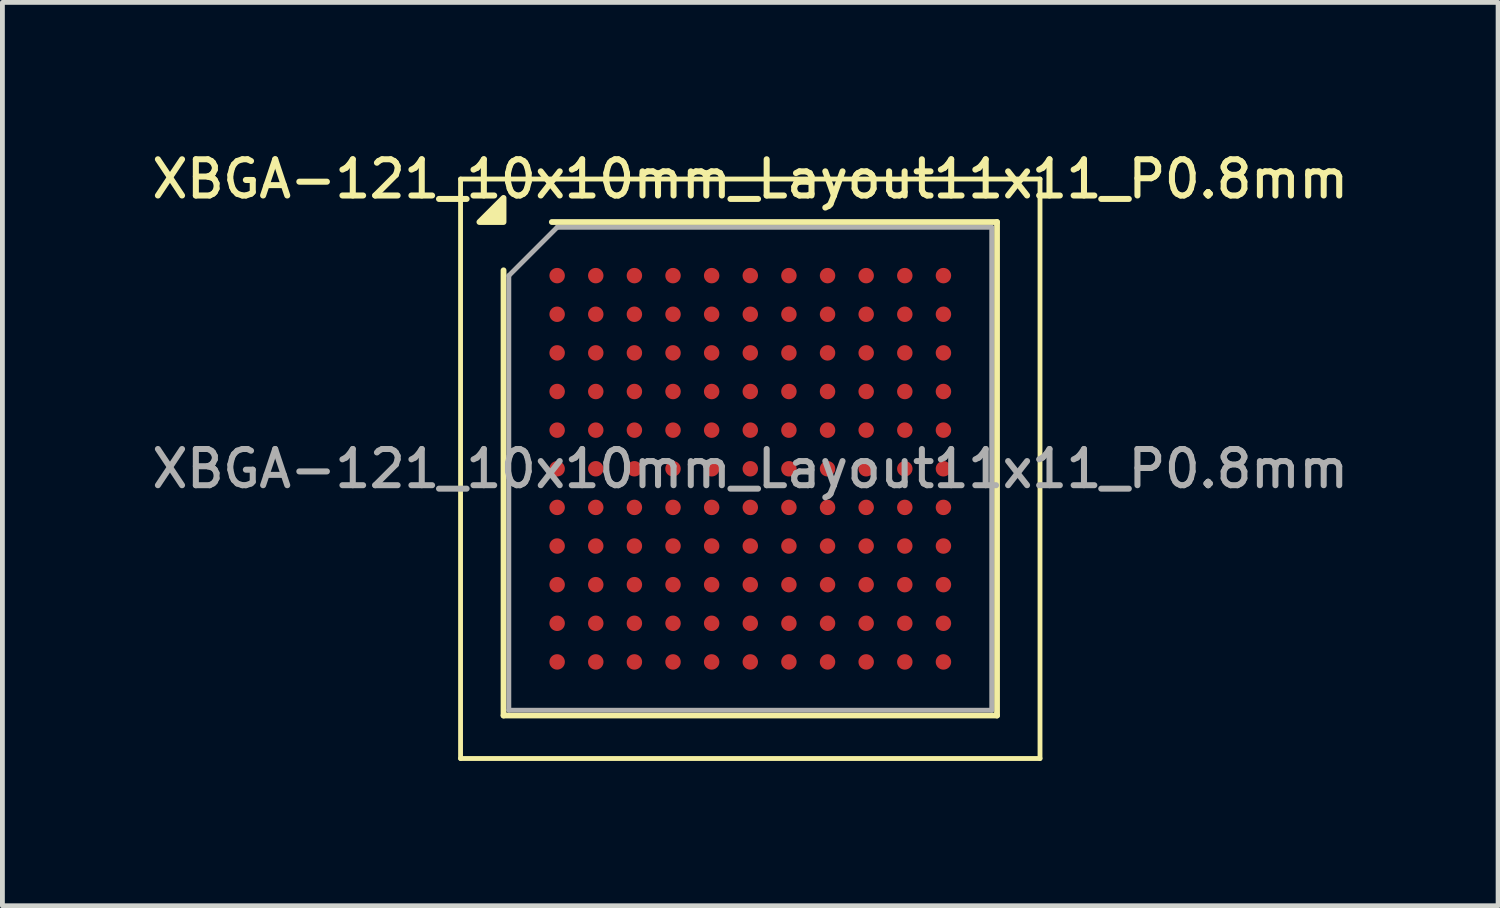
<source format=kicad_pcb>
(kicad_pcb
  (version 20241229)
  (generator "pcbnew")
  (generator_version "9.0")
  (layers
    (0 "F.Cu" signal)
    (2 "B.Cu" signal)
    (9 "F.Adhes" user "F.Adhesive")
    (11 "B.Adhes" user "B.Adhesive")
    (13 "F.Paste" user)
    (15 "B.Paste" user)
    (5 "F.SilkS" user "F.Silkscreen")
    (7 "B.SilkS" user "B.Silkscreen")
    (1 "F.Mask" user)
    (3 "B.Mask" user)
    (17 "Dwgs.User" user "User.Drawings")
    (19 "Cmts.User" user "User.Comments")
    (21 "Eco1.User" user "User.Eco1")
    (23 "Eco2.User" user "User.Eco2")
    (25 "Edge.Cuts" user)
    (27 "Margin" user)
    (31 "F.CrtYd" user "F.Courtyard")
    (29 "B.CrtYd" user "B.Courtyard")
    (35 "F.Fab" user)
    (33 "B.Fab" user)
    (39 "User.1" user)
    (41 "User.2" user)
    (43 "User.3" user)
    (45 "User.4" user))
  (footprint "XBGA-121_10x10mm_Layout11x11_P0.8mm"
    (layer "F.Cu")
    (at 12.488 6.658)
    (property "Reference" "XBGA-121_10x10mm_Layout11x11_P0.8mm" (at 0 -6 0) (layer "F.SilkS") (effects (font (size 0.75 0.75) (thickness 0.125))))
    (attr smd)
    (fp_line (start -6 -6) (end -6 6) (stroke (width 0.1) (type solid)) (layer "F.SilkS"))
    (fp_line (start -6 6) (end 6 6) (stroke (width 0.1) (type solid)) (layer "F.SilkS"))
    (fp_line (start -5.11 5.11) (end -5.11 -4.11) (stroke (width 0.12) (type solid)) (layer "F.SilkS"))
    (fp_line (start -4.11 -5.11) (end 5.11 -5.11) (stroke (width 0.12) (type solid)) (layer "F.SilkS"))
    (fp_line (start 5.11 -5.11) (end 5.11 5.11) (stroke (width 0.12) (type solid)) (layer "F.SilkS"))
    (fp_line (start 5.11 5.11) (end -5.11 5.11) (stroke (width 0.12) (type solid)) (layer "F.SilkS"))
    (fp_line (start 6 -6) (end -6 -6) (stroke (width 0.1) (type solid)) (layer "F.SilkS"))
    (fp_line (start 6 6) (end 6 -6) (stroke (width 0.1) (type solid)) (layer "F.SilkS"))
    (fp_poly (pts (xy -5.11 -5.11) (xy -5.61 -5.11) (xy -5.11 -5.61) (xy -5.11 -5.11)) (stroke (width 0.12) (type solid)) (fill yes) (layer "F.SilkS"))
    (fp_line (start -5 -4) (end -4 -5) (stroke (width 0.1) (type solid)) (layer "F.Fab"))
    (fp_line (start -5 5) (end -5 -4) (stroke (width 0.1) (type solid)) (layer "F.Fab"))
    (fp_line (start -4 -5) (end 5 -5) (stroke (width 0.1) (type solid)) (layer "F.Fab"))
    (fp_line (start 5 -5) (end 5 5) (stroke (width 0.1) (type solid)) (layer "F.Fab"))
    (fp_line (start 5 5) (end -5 5) (stroke (width 0.1) (type solid)) (layer "F.Fab"))
    (fp_text user "${REFERENCE}" (at 0 0 0) (layer "F.Fab") (effects (font (size 0.75 0.75) (thickness 0.125))))
    (pad "A1" smd circle (at -4 -4) (size 0.32 0.32) (property pad_prop_bga) (layers "F.Cu" "F.Mask" "F.Paste"))
    (pad "A2" smd circle (at -3.2 -4) (size 0.32 0.32) (property pad_prop_bga) (layers "F.Cu" "F.Mask" "F.Paste"))
    (pad "A3" smd circle (at -2.4 -4) (size 0.32 0.32) (property pad_prop_bga) (layers "F.Cu" "F.Mask" "F.Paste"))
    (pad "A4" smd circle (at -1.6 -4) (size 0.32 0.32) (property pad_prop_bga) (layers "F.Cu" "F.Mask" "F.Paste"))
    (pad "A5" smd circle (at -0.8 -4) (size 0.32 0.32) (property pad_prop_bga) (layers "F.Cu" "F.Mask" "F.Paste"))
    (pad "A6" smd circle (at 0 -4) (size 0.32 0.32) (property pad_prop_bga) (layers "F.Cu" "F.Mask" "F.Paste"))
    (pad "A7" smd circle (at 0.8 -4) (size 0.32 0.32) (property pad_prop_bga) (layers "F.Cu" "F.Mask" "F.Paste"))
    (pad "A8" smd circle (at 1.6 -4) (size 0.32 0.32) (property pad_prop_bga) (layers "F.Cu" "F.Mask" "F.Paste"))
    (pad "A9" smd circle (at 2.4 -4) (size 0.32 0.32) (property pad_prop_bga) (layers "F.Cu" "F.Mask" "F.Paste"))
    (pad "A10" smd circle (at 3.2 -4) (size 0.32 0.32) (property pad_prop_bga) (layers "F.Cu" "F.Mask" "F.Paste"))
    (pad "A11" smd circle (at 4 -4) (size 0.32 0.32) (property pad_prop_bga) (layers "F.Cu" "F.Mask" "F.Paste"))
    (pad "B1" smd circle (at -4 -3.2) (size 0.32 0.32) (property pad_prop_bga) (layers "F.Cu" "F.Mask" "F.Paste"))
    (pad "B2" smd circle (at -3.2 -3.2) (size 0.32 0.32) (property pad_prop_bga) (layers "F.Cu" "F.Mask" "F.Paste"))
    (pad "B3" smd circle (at -2.4 -3.2) (size 0.32 0.32) (property pad_prop_bga) (layers "F.Cu" "F.Mask" "F.Paste"))
    (pad "B4" smd circle (at -1.6 -3.2) (size 0.32 0.32) (property pad_prop_bga) (layers "F.Cu" "F.Mask" "F.Paste"))
    (pad "B5" smd circle (at -0.8 -3.2) (size 0.32 0.32) (property pad_prop_bga) (layers "F.Cu" "F.Mask" "F.Paste"))
    (pad "B6" smd circle (at 0 -3.2) (size 0.32 0.32) (property pad_prop_bga) (layers "F.Cu" "F.Mask" "F.Paste"))
    (pad "B7" smd circle (at 0.8 -3.2) (size 0.32 0.32) (property pad_prop_bga) (layers "F.Cu" "F.Mask" "F.Paste"))
    (pad "B8" smd circle (at 1.6 -3.2) (size 0.32 0.32) (property pad_prop_bga) (layers "F.Cu" "F.Mask" "F.Paste"))
    (pad "B9" smd circle (at 2.4 -3.2) (size 0.32 0.32) (property pad_prop_bga) (layers "F.Cu" "F.Mask" "F.Paste"))
    (pad "B10" smd circle (at 3.2 -3.2) (size 0.32 0.32) (property pad_prop_bga) (layers "F.Cu" "F.Mask" "F.Paste"))
    (pad "B11" smd circle (at 4 -3.2) (size 0.32 0.32) (property pad_prop_bga) (layers "F.Cu" "F.Mask" "F.Paste"))
    (pad "C1" smd circle (at -4 -2.4) (size 0.32 0.32) (property pad_prop_bga) (layers "F.Cu" "F.Mask" "F.Paste"))
    (pad "C2" smd circle (at -3.2 -2.4) (size 0.32 0.32) (property pad_prop_bga) (layers "F.Cu" "F.Mask" "F.Paste"))
    (pad "C3" smd circle (at -2.4 -2.4) (size 0.32 0.32) (property pad_prop_bga) (layers "F.Cu" "F.Mask" "F.Paste"))
    (pad "C4" smd circle (at -1.6 -2.4) (size 0.32 0.32) (property pad_prop_bga) (layers "F.Cu" "F.Mask" "F.Paste"))
    (pad "C5" smd circle (at -0.8 -2.4) (size 0.32 0.32) (property pad_prop_bga) (layers "F.Cu" "F.Mask" "F.Paste"))
    (pad "C6" smd circle (at 0 -2.4) (size 0.32 0.32) (property pad_prop_bga) (layers "F.Cu" "F.Mask" "F.Paste"))
    (pad "C7" smd circle (at 0.8 -2.4) (size 0.32 0.32) (property pad_prop_bga) (layers "F.Cu" "F.Mask" "F.Paste"))
    (pad "C8" smd circle (at 1.6 -2.4) (size 0.32 0.32) (property pad_prop_bga) (layers "F.Cu" "F.Mask" "F.Paste"))
    (pad "C9" smd circle (at 2.4 -2.4) (size 0.32 0.32) (property pad_prop_bga) (layers "F.Cu" "F.Mask" "F.Paste"))
    (pad "C10" smd circle (at 3.2 -2.4) (size 0.32 0.32) (property pad_prop_bga) (layers "F.Cu" "F.Mask" "F.Paste"))
    (pad "C11" smd circle (at 4 -2.4) (size 0.32 0.32) (property pad_prop_bga) (layers "F.Cu" "F.Mask" "F.Paste"))
    (pad "D1" smd circle (at -4 -1.6) (size 0.32 0.32) (property pad_prop_bga) (layers "F.Cu" "F.Mask" "F.Paste"))
    (pad "D2" smd circle (at -3.2 -1.6) (size 0.32 0.32) (property pad_prop_bga) (layers "F.Cu" "F.Mask" "F.Paste"))
    (pad "D3" smd circle (at -2.4 -1.6) (size 0.32 0.32) (property pad_prop_bga) (layers "F.Cu" "F.Mask" "F.Paste"))
    (pad "D4" smd circle (at -1.6 -1.6) (size 0.32 0.32) (property pad_prop_bga) (layers "F.Cu" "F.Mask" "F.Paste"))
    (pad "D5" smd circle (at -0.8 -1.6) (size 0.32 0.32) (property pad_prop_bga) (layers "F.Cu" "F.Mask" "F.Paste"))
    (pad "D6" smd circle (at 0 -1.6) (size 0.32 0.32) (property pad_prop_bga) (layers "F.Cu" "F.Mask" "F.Paste"))
    (pad "D7" smd circle (at 0.8 -1.6) (size 0.32 0.32) (property pad_prop_bga) (layers "F.Cu" "F.Mask" "F.Paste"))
    (pad "D8" smd circle (at 1.6 -1.6) (size 0.32 0.32) (property pad_prop_bga) (layers "F.Cu" "F.Mask" "F.Paste"))
    (pad "D9" smd circle (at 2.4 -1.6) (size 0.32 0.32) (property pad_prop_bga) (layers "F.Cu" "F.Mask" "F.Paste"))
    (pad "D10" smd circle (at 3.2 -1.6) (size 0.32 0.32) (property pad_prop_bga) (layers "F.Cu" "F.Mask" "F.Paste"))
    (pad "D11" smd circle (at 4 -1.6) (size 0.32 0.32) (property pad_prop_bga) (layers "F.Cu" "F.Mask" "F.Paste"))
    (pad "E1" smd circle (at -4 -0.8) (size 0.32 0.32) (property pad_prop_bga) (layers "F.Cu" "F.Mask" "F.Paste"))
    (pad "E2" smd circle (at -3.2 -0.8) (size 0.32 0.32) (property pad_prop_bga) (layers "F.Cu" "F.Mask" "F.Paste"))
    (pad "E3" smd circle (at -2.4 -0.8) (size 0.32 0.32) (property pad_prop_bga) (layers "F.Cu" "F.Mask" "F.Paste"))
    (pad "E4" smd circle (at -1.6 -0.8) (size 0.32 0.32) (property pad_prop_bga) (layers "F.Cu" "F.Mask" "F.Paste"))
    (pad "E5" smd circle (at -0.8 -0.8) (size 0.32 0.32) (property pad_prop_bga) (layers "F.Cu" "F.Mask" "F.Paste"))
    (pad "E6" smd circle (at 0 -0.8) (size 0.32 0.32) (property pad_prop_bga) (layers "F.Cu" "F.Mask" "F.Paste"))
    (pad "E7" smd circle (at 0.8 -0.8) (size 0.32 0.32) (property pad_prop_bga) (layers "F.Cu" "F.Mask" "F.Paste"))
    (pad "E8" smd circle (at 1.6 -0.8) (size 0.32 0.32) (property pad_prop_bga) (layers "F.Cu" "F.Mask" "F.Paste"))
    (pad "E9" smd circle (at 2.4 -0.8) (size 0.32 0.32) (property pad_prop_bga) (layers "F.Cu" "F.Mask" "F.Paste"))
    (pad "E10" smd circle (at 3.2 -0.8) (size 0.32 0.32) (property pad_prop_bga) (layers "F.Cu" "F.Mask" "F.Paste"))
    (pad "E11" smd circle (at 4 -0.8) (size 0.32 0.32) (property pad_prop_bga) (layers "F.Cu" "F.Mask" "F.Paste"))
    (pad "F1" smd circle (at -4 0) (size 0.32 0.32) (property pad_prop_bga) (layers "F.Cu" "F.Mask" "F.Paste"))
    (pad "F2" smd circle (at -3.2 0) (size 0.32 0.32) (property pad_prop_bga) (layers "F.Cu" "F.Mask" "F.Paste"))
    (pad "F3" smd circle (at -2.4 0) (size 0.32 0.32) (property pad_prop_bga) (layers "F.Cu" "F.Mask" "F.Paste"))
    (pad "F4" smd circle (at -1.6 0) (size 0.32 0.32) (property pad_prop_bga) (layers "F.Cu" "F.Mask" "F.Paste"))
    (pad "F5" smd circle (at -0.8 0) (size 0.32 0.32) (property pad_prop_bga) (layers "F.Cu" "F.Mask" "F.Paste"))
    (pad "F6" smd circle (at 0 0) (size 0.32 0.32) (property pad_prop_bga) (layers "F.Cu" "F.Mask" "F.Paste"))
    (pad "F7" smd circle (at 0.8 0) (size 0.32 0.32) (property pad_prop_bga) (layers "F.Cu" "F.Mask" "F.Paste"))
    (pad "F8" smd circle (at 1.6 0) (size 0.32 0.32) (property pad_prop_bga) (layers "F.Cu" "F.Mask" "F.Paste"))
    (pad "F9" smd circle (at 2.4 0) (size 0.32 0.32) (property pad_prop_bga) (layers "F.Cu" "F.Mask" "F.Paste"))
    (pad "F10" smd circle (at 3.2 0) (size 0.32 0.32) (property pad_prop_bga) (layers "F.Cu" "F.Mask" "F.Paste"))
    (pad "F11" smd circle (at 4 0) (size 0.32 0.32) (property pad_prop_bga) (layers "F.Cu" "F.Mask" "F.Paste"))
    (pad "G1" smd circle (at -4 0.8) (size 0.32 0.32) (property pad_prop_bga) (layers "F.Cu" "F.Mask" "F.Paste"))
    (pad "G2" smd circle (at -3.2 0.8) (size 0.32 0.32) (property pad_prop_bga) (layers "F.Cu" "F.Mask" "F.Paste"))
    (pad "G3" smd circle (at -2.4 0.8) (size 0.32 0.32) (property pad_prop_bga) (layers "F.Cu" "F.Mask" "F.Paste"))
    (pad "G4" smd circle (at -1.6 0.8) (size 0.32 0.32) (property pad_prop_bga) (layers "F.Cu" "F.Mask" "F.Paste"))
    (pad "G5" smd circle (at -0.8 0.8) (size 0.32 0.32) (property pad_prop_bga) (layers "F.Cu" "F.Mask" "F.Paste"))
    (pad "G6" smd circle (at 0 0.8) (size 0.32 0.32) (property pad_prop_bga) (layers "F.Cu" "F.Mask" "F.Paste"))
    (pad "G7" smd circle (at 0.8 0.8) (size 0.32 0.32) (property pad_prop_bga) (layers "F.Cu" "F.Mask" "F.Paste"))
    (pad "G8" smd circle (at 1.6 0.8) (size 0.32 0.32) (property pad_prop_bga) (layers "F.Cu" "F.Mask" "F.Paste"))
    (pad "G9" smd circle (at 2.4 0.8) (size 0.32 0.32) (property pad_prop_bga) (layers "F.Cu" "F.Mask" "F.Paste"))
    (pad "G10" smd circle (at 3.2 0.8) (size 0.32 0.32) (property pad_prop_bga) (layers "F.Cu" "F.Mask" "F.Paste"))
    (pad "G11" smd circle (at 4 0.8) (size 0.32 0.32) (property pad_prop_bga) (layers "F.Cu" "F.Mask" "F.Paste"))
    (pad "H1" smd circle (at -4 1.6) (size 0.32 0.32) (property pad_prop_bga) (layers "F.Cu" "F.Mask" "F.Paste"))
    (pad "H2" smd circle (at -3.2 1.6) (size 0.32 0.32) (property pad_prop_bga) (layers "F.Cu" "F.Mask" "F.Paste"))
    (pad "H3" smd circle (at -2.4 1.6) (size 0.32 0.32) (property pad_prop_bga) (layers "F.Cu" "F.Mask" "F.Paste"))
    (pad "H4" smd circle (at -1.6 1.6) (size 0.32 0.32) (property pad_prop_bga) (layers "F.Cu" "F.Mask" "F.Paste"))
    (pad "H5" smd circle (at -0.8 1.6) (size 0.32 0.32) (property pad_prop_bga) (layers "F.Cu" "F.Mask" "F.Paste"))
    (pad "H6" smd circle (at 0 1.6) (size 0.32 0.32) (property pad_prop_bga) (layers "F.Cu" "F.Mask" "F.Paste"))
    (pad "H7" smd circle (at 0.8 1.6) (size 0.32 0.32) (property pad_prop_bga) (layers "F.Cu" "F.Mask" "F.Paste"))
    (pad "H8" smd circle (at 1.6 1.6) (size 0.32 0.32) (property pad_prop_bga) (layers "F.Cu" "F.Mask" "F.Paste"))
    (pad "H9" smd circle (at 2.4 1.6) (size 0.32 0.32) (property pad_prop_bga) (layers "F.Cu" "F.Mask" "F.Paste"))
    (pad "H10" smd circle (at 3.2 1.6) (size 0.32 0.32) (property pad_prop_bga) (layers "F.Cu" "F.Mask" "F.Paste"))
    (pad "H11" smd circle (at 4 1.6) (size 0.32 0.32) (property pad_prop_bga) (layers "F.Cu" "F.Mask" "F.Paste"))
    (pad "J1" smd circle (at -4 2.4) (size 0.32 0.32) (property pad_prop_bga) (layers "F.Cu" "F.Mask" "F.Paste"))
    (pad "J2" smd circle (at -3.2 2.4) (size 0.32 0.32) (property pad_prop_bga) (layers "F.Cu" "F.Mask" "F.Paste"))
    (pad "J3" smd circle (at -2.4 2.4) (size 0.32 0.32) (property pad_prop_bga) (layers "F.Cu" "F.Mask" "F.Paste"))
    (pad "J4" smd circle (at -1.6 2.4) (size 0.32 0.32) (property pad_prop_bga) (layers "F.Cu" "F.Mask" "F.Paste"))
    (pad "J5" smd circle (at -0.8 2.4) (size 0.32 0.32) (property pad_prop_bga) (layers "F.Cu" "F.Mask" "F.Paste"))
    (pad "J6" smd circle (at 0 2.4) (size 0.32 0.32) (property pad_prop_bga) (layers "F.Cu" "F.Mask" "F.Paste"))
    (pad "J7" smd circle (at 0.8 2.4) (size 0.32 0.32) (property pad_prop_bga) (layers "F.Cu" "F.Mask" "F.Paste"))
    (pad "J8" smd circle (at 1.6 2.4) (size 0.32 0.32) (property pad_prop_bga) (layers "F.Cu" "F.Mask" "F.Paste"))
    (pad "J9" smd circle (at 2.4 2.4) (size 0.32 0.32) (property pad_prop_bga) (layers "F.Cu" "F.Mask" "F.Paste"))
    (pad "J10" smd circle (at 3.2 2.4) (size 0.32 0.32) (property pad_prop_bga) (layers "F.Cu" "F.Mask" "F.Paste"))
    (pad "J11" smd circle (at 4 2.4) (size 0.32 0.32) (property pad_prop_bga) (layers "F.Cu" "F.Mask" "F.Paste"))
    (pad "K1" smd circle (at -4 3.2) (size 0.32 0.32) (property pad_prop_bga) (layers "F.Cu" "F.Mask" "F.Paste"))
    (pad "K2" smd circle (at -3.2 3.2) (size 0.32 0.32) (property pad_prop_bga) (layers "F.Cu" "F.Mask" "F.Paste"))
    (pad "K3" smd circle (at -2.4 3.2) (size 0.32 0.32) (property pad_prop_bga) (layers "F.Cu" "F.Mask" "F.Paste"))
    (pad "K4" smd circle (at -1.6 3.2) (size 0.32 0.32) (property pad_prop_bga) (layers "F.Cu" "F.Mask" "F.Paste"))
    (pad "K5" smd circle (at -0.8 3.2) (size 0.32 0.32) (property pad_prop_bga) (layers "F.Cu" "F.Mask" "F.Paste"))
    (pad "K6" smd circle (at 0 3.2) (size 0.32 0.32) (property pad_prop_bga) (layers "F.Cu" "F.Mask" "F.Paste"))
    (pad "K7" smd circle (at 0.8 3.2) (size 0.32 0.32) (property pad_prop_bga) (layers "F.Cu" "F.Mask" "F.Paste"))
    (pad "K8" smd circle (at 1.6 3.2) (size 0.32 0.32) (property pad_prop_bga) (layers "F.Cu" "F.Mask" "F.Paste"))
    (pad "K9" smd circle (at 2.4 3.2) (size 0.32 0.32) (property pad_prop_bga) (layers "F.Cu" "F.Mask" "F.Paste"))
    (pad "K10" smd circle (at 3.2 3.2) (size 0.32 0.32) (property pad_prop_bga) (layers "F.Cu" "F.Mask" "F.Paste"))
    (pad "K11" smd circle (at 4 3.2) (size 0.32 0.32) (property pad_prop_bga) (layers "F.Cu" "F.Mask" "F.Paste"))
    (pad "L1" smd circle (at -4 4) (size 0.32 0.32) (property pad_prop_bga) (layers "F.Cu" "F.Mask" "F.Paste"))
    (pad "L2" smd circle (at -3.2 4) (size 0.32 0.32) (property pad_prop_bga) (layers "F.Cu" "F.Mask" "F.Paste"))
    (pad "L3" smd circle (at -2.4 4) (size 0.32 0.32) (property pad_prop_bga) (layers "F.Cu" "F.Mask" "F.Paste"))
    (pad "L4" smd circle (at -1.6 4) (size 0.32 0.32) (property pad_prop_bga) (layers "F.Cu" "F.Mask" "F.Paste"))
    (pad "L5" smd circle (at -0.8 4) (size 0.32 0.32) (property pad_prop_bga) (layers "F.Cu" "F.Mask" "F.Paste"))
    (pad "L6" smd circle (at 0 4) (size 0.32 0.32) (property pad_prop_bga) (layers "F.Cu" "F.Mask" "F.Paste"))
    (pad "L7" smd circle (at 0.8 4) (size 0.32 0.32) (property pad_prop_bga) (layers "F.Cu" "F.Mask" "F.Paste"))
    (pad "L8" smd circle (at 1.6 4) (size 0.32 0.32) (property pad_prop_bga) (layers "F.Cu" "F.Mask" "F.Paste"))
    (pad "L9" smd circle (at 2.4 4) (size 0.32 0.32) (property pad_prop_bga) (layers "F.Cu" "F.Mask" "F.Paste"))
    (pad "L10" smd circle (at 3.2 4) (size 0.32 0.32) (property pad_prop_bga) (layers "F.Cu" "F.Mask" "F.Paste"))
    (pad "L11" smd circle (at 4 4) (size 0.32 0.32) (property pad_prop_bga) (layers "F.Cu" "F.Mask" "F.Paste")))
  (gr_rect
    (start -3 -3)
    (end 27.975 15.708)
    (stroke (width 0.1) (type default))
    (fill no)
    (layer "Edge.Cuts")))
</source>
